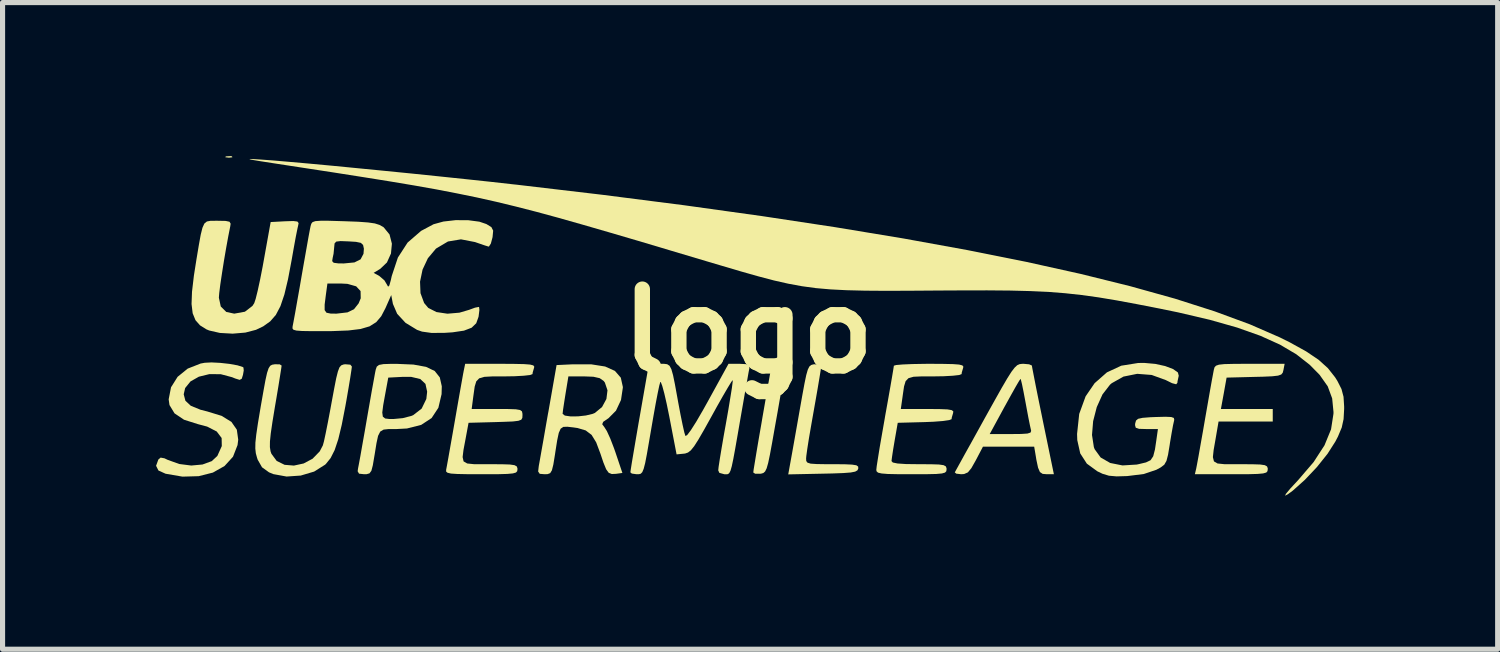
<source format=kicad_pcb>
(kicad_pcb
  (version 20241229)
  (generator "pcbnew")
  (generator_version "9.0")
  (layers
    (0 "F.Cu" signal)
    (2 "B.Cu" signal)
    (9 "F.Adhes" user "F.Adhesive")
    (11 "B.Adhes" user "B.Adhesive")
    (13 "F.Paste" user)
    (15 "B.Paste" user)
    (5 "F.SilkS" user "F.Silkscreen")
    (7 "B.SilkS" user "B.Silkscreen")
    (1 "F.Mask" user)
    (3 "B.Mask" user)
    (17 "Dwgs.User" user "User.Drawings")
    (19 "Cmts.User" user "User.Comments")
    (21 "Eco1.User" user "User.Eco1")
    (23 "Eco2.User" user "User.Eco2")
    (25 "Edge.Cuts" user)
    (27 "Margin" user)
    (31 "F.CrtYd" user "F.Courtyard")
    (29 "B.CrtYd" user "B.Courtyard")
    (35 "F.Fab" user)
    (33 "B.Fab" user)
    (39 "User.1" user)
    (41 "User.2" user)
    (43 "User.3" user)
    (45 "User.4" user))
  (footprint "logo"
    (layer "F.Cu")
    (at 11.573 3.422)
    (property "Reference" "logo" (at 0 0 0) (layer "F.SilkS") (effects (font (size 1.5 1.5) (thickness 0.3))))
    (attr board_only exclude_from_pos_files exclude_from_bom)
    (fp_poly (pts (xy -10.089 -3.416) (xy -10.083 -3.398) (xy -10.15 -3.391) (xy -10.22 -3.399) (xy -10.211 -3.416) (xy -10.111 -3.422)) (stroke (width 0) (type solid)) (fill yes) (layer "F.SilkS"))
    (fp_poly (pts (xy 0.694 0.646) (xy 0.723 0.691) (xy 0.71 0.797) (xy 0.693 0.895) (xy 0.661 1.072) (xy 0.619 1.308) (xy 0.571 1.584) (xy 0.521 1.863) (xy 0.465 2.18) (xy 0.422 2.413) (xy 0.388 2.575) (xy 0.358 2.68) (xy 0.328 2.741) (xy 0.294 2.771) (xy 0.253 2.783) (xy 0.23 2.786) (xy 0.133 2.785) (xy 0.097 2.761) (xy 0.104 2.703) (xy 0.127 2.563) (xy 0.161 2.356) (xy 0.205 2.096) (xy 0.257 1.798) (xy 0.277 1.679) (xy 0.459 0.637) (xy 0.6 0.637)) (stroke (width 0) (type solid)) (fill yes) (layer "F.SilkS"))
    (fp_poly (pts (xy 1.395 0.655) (xy 1.422 0.695) (xy 1.414 0.763) (xy 1.39 0.91) (xy 1.355 1.119) (xy 1.311 1.371) (xy 1.276 1.569) (xy 1.227 1.847) (xy 1.184 2.097) (xy 1.152 2.301) (xy 1.133 2.44) (xy 1.129 2.489) (xy 1.132 2.537) (xy 1.156 2.569) (xy 1.218 2.588) (xy 1.334 2.596) (xy 1.523 2.599) (xy 1.646 2.599) (xy 1.877 2.6) (xy 2.027 2.607) (xy 2.111 2.62) (xy 2.146 2.645) (xy 2.149 2.682) (xy 2.148 2.685) (xy 2.132 2.719) (xy 2.088 2.744) (xy 2.001 2.761) (xy 1.857 2.772) (xy 1.639 2.78) (xy 1.456 2.784) (xy 0.78 2.798) (xy 0.809 2.637) (xy 0.827 2.538) (xy 0.859 2.361) (xy 0.901 2.125) (xy 0.95 1.848) (xy 0.999 1.569) (xy 1.055 1.253) (xy 1.098 1.02) (xy 1.132 0.857) (xy 1.162 0.752) (xy 1.192 0.691) (xy 1.226 0.661) (xy 1.267 0.649) (xy 1.29 0.646)) (stroke (width 0) (type solid)) (fill yes) (layer "F.SilkS"))
    (fp_poly (pts (xy 10.457 0.758) (xy 10.443 0.811) (xy 10.414 0.846) (xy 10.352 0.868) (xy 10.239 0.881) (xy 10.058 0.889) (xy 9.89 0.893) (xy 9.346 0.907) (xy 9.291 1.214) (xy 9.235 1.52) (xy 9.742 1.52) (xy 10.248 1.52) (xy 10.248 1.643) (xy 10.248 1.765) (xy 9.719 1.765) (xy 9.189 1.765) (xy 9.13 2.109) (xy 9.093 2.321) (xy 9.078 2.461) (xy 9.099 2.544) (xy 9.169 2.585) (xy 9.305 2.599) (xy 9.519 2.599) (xy 9.611 2.599) (xy 9.847 2.6) (xy 10.002 2.605) (xy 10.093 2.618) (xy 10.136 2.642) (xy 10.15 2.678) (xy 10.15 2.697) (xy 10.145 2.735) (xy 10.121 2.762) (xy 10.061 2.779) (xy 9.953 2.789) (xy 9.78 2.794) (xy 9.528 2.795) (xy 9.438 2.795) (xy 8.726 2.795) (xy 8.752 2.685) (xy 8.768 2.602) (xy 8.798 2.44) (xy 8.837 2.218) (xy 8.884 1.954) (xy 8.925 1.716) (xy 8.975 1.43) (xy 9.02 1.172) (xy 9.058 0.959) (xy 9.086 0.81) (xy 9.098 0.748) (xy 9.111 0.704) (xy 9.139 0.674) (xy 9.197 0.654) (xy 9.301 0.643) (xy 9.467 0.639) (xy 9.711 0.637) (xy 9.801 0.637) (xy 10.48 0.637)) (stroke (width 0) (type solid)) (fill yes) (layer "F.SilkS"))
    (fp_poly (pts (xy -10.318 0.619) (xy -10.138 0.639) (xy -9.982 0.667) (xy -9.881 0.699) (xy -9.866 0.709) (xy -9.86 0.768) (xy -9.875 0.853) (xy -9.899 0.929) (xy -9.94 0.951) (xy -10.027 0.924) (xy -10.088 0.899) (xy -10.31 0.84) (xy -10.533 0.839) (xy -10.737 0.889) (xy -10.901 0.982) (xy -11.005 1.111) (xy -11.033 1.233) (xy -11 1.359) (xy -10.895 1.457) (xy -10.707 1.534) (xy -10.574 1.568) (xy -10.293 1.654) (xy -10.101 1.772) (xy -9.995 1.925) (xy -9.968 2.12) (xy -9.981 2.225) (xy -10.07 2.453) (xy -10.235 2.634) (xy -10.463 2.763) (xy -10.741 2.833) (xy -11.057 2.842) (xy -11.388 2.785) (xy -11.527 2.722) (xy -11.573 2.63) (xy -11.529 2.508) (xy -11.484 2.47) (xy -11.409 2.484) (xy -11.346 2.514) (xy -11.121 2.595) (xy -10.886 2.625) (xy -10.666 2.605) (xy -10.485 2.539) (xy -10.376 2.438) (xy -10.289 2.245) (xy -10.292 2.087) (xy -10.388 1.96) (xy -10.575 1.864) (xy -10.756 1.816) (xy -11.027 1.73) (xy -11.213 1.605) (xy -11.311 1.443) (xy -11.327 1.332) (xy -11.281 1.096) (xy -11.152 0.891) (xy -10.955 0.731) (xy -10.703 0.632) (xy -10.623 0.617) (xy -10.49 0.61)) (stroke (width 0) (type solid)) (fill yes) (layer "F.SilkS"))
    (fp_poly (pts (xy -10.367 -2.158) (xy -10.214 -2.155) (xy -10.138 -2.139) (xy -10.116 -2.101) (xy -10.124 -2.047) (xy -10.161 -1.861) (xy -10.203 -1.631) (xy -10.246 -1.38) (xy -10.285 -1.133) (xy -10.318 -0.913) (xy -10.339 -0.744) (xy -10.346 -0.655) (xy -10.309 -0.483) (xy -10.201 -0.376) (xy -10.045 -0.343) (xy -9.837 -0.381) (xy -9.69 -0.494) (xy -9.655 -0.548) (xy -9.627 -0.632) (xy -9.587 -0.793) (xy -9.54 -1.01) (xy -9.49 -1.265) (xy -9.467 -1.393) (xy -9.334 -2.133) (xy -9.052 -2.148) (xy -8.893 -2.153) (xy -8.812 -2.143) (xy -8.788 -2.113) (xy -8.795 -2.074) (xy -8.813 -1.993) (xy -8.844 -1.838) (xy -8.882 -1.63) (xy -8.923 -1.397) (xy -8.995 -1.015) (xy -9.066 -0.717) (xy -9.143 -0.489) (xy -9.233 -0.318) (xy -9.343 -0.192) (xy -9.479 -0.095) (xy -9.621 -0.027) (xy -9.828 0.027) (xy -10.076 0.048) (xy -10.326 0.034) (xy -10.536 -0.014) (xy -10.591 -0.037) (xy -10.715 -0.115) (xy -10.803 -0.215) (xy -10.858 -0.35) (xy -10.88 -0.531) (xy -10.871 -0.772) (xy -10.834 -1.086) (xy -10.786 -1.392) (xy -10.738 -1.68) (xy -10.701 -1.885) (xy -10.667 -2.021) (xy -10.63 -2.103) (xy -10.58 -2.144) (xy -10.512 -2.157) (xy -10.417 -2.158)) (stroke (width 0) (type solid)) (fill yes) (layer "F.SilkS"))
    (fp_poly (pts (xy -6.544 0.652) (xy -6.297 0.697) (xy -6.128 0.778) (xy -6.029 0.903) (xy -5.99 1.076) (xy -5.994 1.23) (xy -6.057 1.497) (xy -6.189 1.697) (xy -6.393 1.831) (xy -6.67 1.901) (xy -6.874 1.912) (xy -7.027 1.912) (xy -7.128 1.923) (xy -7.193 1.962) (xy -7.235 2.045) (xy -7.266 2.188) (xy -7.302 2.41) (xy -7.307 2.439) (xy -7.338 2.622) (xy -7.366 2.728) (xy -7.403 2.778) (xy -7.46 2.794) (xy -7.508 2.795) (xy -7.607 2.784) (xy -7.634 2.737) (xy -7.627 2.685) (xy -7.611 2.602) (xy -7.581 2.44) (xy -7.542 2.218) (xy -7.495 1.954) (xy -7.454 1.716) (xy -7.432 1.589) (xy -7.153 1.589) (xy -7.142 1.67) (xy -7.096 1.706) (xy -7.011 1.716) (xy -6.934 1.716) (xy -6.754 1.699) (xy -6.586 1.656) (xy -6.548 1.64) (xy -6.383 1.512) (xy -6.292 1.324) (xy -6.276 1.182) (xy -6.309 1.03) (xy -6.41 0.935) (xy -6.586 0.893) (xy -6.749 0.892) (xy -7.036 0.907) (xy -7.095 1.226) (xy -7.135 1.447) (xy -7.153 1.589) (xy -7.432 1.589) (xy -7.404 1.43) (xy -7.359 1.172) (xy -7.32 0.959) (xy -7.293 0.81) (xy -7.28 0.748) (xy -7.26 0.692) (xy -7.217 0.659) (xy -7.13 0.643) (xy -6.976 0.638) (xy -6.876 0.638)) (stroke (width 0) (type solid)) (fill yes) (layer "F.SilkS"))
    (fp_poly (pts (xy 5.487 0.647) (xy 5.54 0.67) (xy 5.541 0.674) (xy 5.551 0.731) (xy 5.578 0.87) (xy 5.618 1.075) (xy 5.67 1.333) (xy 5.731 1.63) (xy 5.756 1.753) (xy 5.971 2.795) (xy 5.833 2.795) (xy 5.751 2.788) (xy 5.698 2.752) (xy 5.662 2.668) (xy 5.629 2.514) (xy 5.617 2.439) (xy 5.586 2.256) (xy 5.085 2.256) (xy 4.585 2.256) (xy 4.444 2.525) (xy 4.358 2.677) (xy 4.29 2.759) (xy 4.217 2.791) (xy 4.159 2.795) (xy 4.064 2.784) (xy 4.034 2.759) (xy 4.035 2.758) (xy 4.063 2.707) (xy 4.132 2.582) (xy 4.235 2.395) (xy 4.366 2.16) (xy 4.449 2.01) (xy 4.717 2.01) (xy 5.132 2.01) (xy 5.334 2.008) (xy 5.455 2) (xy 5.514 1.981) (xy 5.527 1.948) (xy 5.522 1.925) (xy 5.503 1.84) (xy 5.472 1.686) (xy 5.435 1.488) (xy 5.416 1.385) (xy 5.379 1.189) (xy 5.348 1.036) (xy 5.326 0.946) (xy 5.319 0.932) (xy 5.291 0.972) (xy 5.226 1.083) (xy 5.134 1.247) (xy 5.023 1.448) (xy 5.01 1.471) (xy 4.717 2.01) (xy 4.449 2.01) (xy 4.517 1.887) (xy 4.632 1.679) (xy 4.813 1.354) (xy 4.953 1.105) (xy 5.06 0.922) (xy 5.141 0.794) (xy 5.204 0.712) (xy 5.254 0.665) (xy 5.3 0.644) (xy 5.349 0.638) (xy 5.376 0.637)) (stroke (width 0) (type solid)) (fill yes) (layer "F.SilkS"))
    (fp_poly (pts (xy -7.777 0.654) (xy -7.747 0.691) (xy -7.756 0.759) (xy -7.778 0.904) (xy -7.812 1.109) (xy -7.854 1.353) (xy -7.874 1.464) (xy -7.945 1.83) (xy -8.013 2.112) (xy -8.084 2.324) (xy -8.163 2.48) (xy -8.254 2.593) (xy -8.271 2.609) (xy -8.484 2.743) (xy -8.746 2.821) (xy -9.023 2.84) (xy -9.281 2.793) (xy -9.366 2.758) (xy -9.503 2.659) (xy -9.588 2.51) (xy -9.601 2.47) (xy -9.624 2.385) (xy -9.634 2.293) (xy -9.632 2.176) (xy -9.615 2.018) (xy -9.583 1.801) (xy -9.534 1.507) (xy -9.527 1.465) (xy -9.475 1.17) (xy -9.436 0.957) (xy -9.404 0.813) (xy -9.374 0.724) (xy -9.343 0.676) (xy -9.305 0.655) (xy -9.256 0.647) (xy -9.254 0.646) (xy -9.157 0.648) (xy -9.12 0.671) (xy -9.128 0.731) (xy -9.15 0.87) (xy -9.182 1.071) (xy -9.223 1.316) (xy -9.251 1.479) (xy -9.3 1.778) (xy -9.332 1.998) (xy -9.348 2.155) (xy -9.349 2.266) (xy -9.336 2.348) (xy -9.319 2.396) (xy -9.216 2.535) (xy -9.062 2.611) (xy -8.88 2.626) (xy -8.69 2.585) (xy -8.515 2.492) (xy -8.375 2.348) (xy -8.314 2.231) (xy -8.292 2.15) (xy -8.258 1.992) (xy -8.215 1.776) (xy -8.167 1.523) (xy -8.144 1.397) (xy -8.092 1.117) (xy -8.053 0.918) (xy -8.02 0.787) (xy -7.99 0.708) (xy -7.956 0.668) (xy -7.913 0.651) (xy -7.879 0.646)) (stroke (width 0) (type solid)) (fill yes) (layer "F.SilkS"))
    (fp_poly (pts (xy 7.952 0.639) (xy 8.145 0.681) (xy 8.299 0.739) (xy 8.394 0.806) (xy 8.411 0.87) (xy 8.387 0.98) (xy 8.385 1.008) (xy 8.361 1.037) (xy 8.281 1.016) (xy 8.157 0.955) (xy 7.882 0.855) (xy 7.599 0.833) (xy 7.331 0.887) (xy 7.102 1.016) (xy 7.068 1.045) (xy 6.921 1.235) (xy 6.809 1.483) (xy 6.738 1.758) (xy 6.716 2.028) (xy 6.752 2.264) (xy 6.767 2.305) (xy 6.885 2.468) (xy 7.071 2.575) (xy 7.312 2.623) (xy 7.59 2.606) (xy 7.628 2.598) (xy 7.771 2.564) (xy 7.86 2.521) (xy 7.912 2.444) (xy 7.946 2.312) (xy 7.971 2.145) (xy 8.004 1.912) (xy 7.774 1.912) (xy 7.635 1.908) (xy 7.571 1.886) (xy 7.557 1.836) (xy 7.56 1.802) (xy 7.576 1.746) (xy 7.617 1.712) (xy 7.704 1.693) (xy 7.858 1.681) (xy 7.96 1.677) (xy 8.152 1.672) (xy 8.264 1.677) (xy 8.315 1.695) (xy 8.323 1.73) (xy 8.319 1.751) (xy 8.299 1.84) (xy 8.271 1.995) (xy 8.239 2.186) (xy 8.234 2.221) (xy 8.202 2.414) (xy 8.171 2.534) (xy 8.128 2.609) (xy 8.058 2.662) (xy 7.973 2.708) (xy 7.727 2.791) (xy 7.404 2.831) (xy 7.196 2.837) (xy 7.047 2.824) (xy 6.921 2.786) (xy 6.819 2.737) (xy 6.615 2.588) (xy 6.486 2.388) (xy 6.428 2.128) (xy 6.424 2.008) (xy 6.466 1.616) (xy 6.591 1.273) (xy 6.767 1.016) (xy 7.008 0.804) (xy 7.288 0.674) (xy 7.619 0.621) (xy 7.74 0.62)) (stroke (width 0) (type solid)) (fill yes) (layer "F.SilkS"))
    (fp_poly (pts (xy -4.572 0.639) (xy -4.383 0.643) (xy -4.265 0.652) (xy -4.202 0.668) (xy -4.183 0.693) (xy -4.187 0.715) (xy -4.214 0.808) (xy -4.217 0.838) (xy -4.263 0.856) (xy -4.387 0.87) (xy -4.569 0.88) (xy -4.751 0.883) (xy -4.995 0.883) (xy -5.158 0.892) (xy -5.259 0.921) (xy -5.316 0.98) (xy -5.347 1.082) (xy -5.369 1.238) (xy -5.374 1.274) (xy -5.406 1.52) (xy -4.91 1.52) (xy -4.686 1.521) (xy -4.542 1.526) (xy -4.46 1.54) (xy -4.423 1.567) (xy -4.414 1.611) (xy -4.413 1.641) (xy -4.416 1.694) (xy -4.437 1.73) (xy -4.494 1.751) (xy -4.602 1.764) (xy -4.78 1.771) (xy -4.94 1.776) (xy -5.467 1.79) (xy -5.526 2.108) (xy -5.566 2.32) (xy -5.583 2.46) (xy -5.564 2.544) (xy -5.493 2.585) (xy -5.357 2.599) (xy -5.143 2.599) (xy -5.051 2.599) (xy -4.815 2.6) (xy -4.66 2.605) (xy -4.569 2.618) (xy -4.525 2.642) (xy -4.512 2.678) (xy -4.511 2.697) (xy -4.516 2.735) (xy -4.541 2.762) (xy -4.601 2.779) (xy -4.71 2.789) (xy -4.883 2.794) (xy -5.136 2.795) (xy -5.218 2.795) (xy -5.494 2.794) (xy -5.687 2.79) (xy -5.81 2.782) (xy -5.878 2.766) (xy -5.905 2.743) (xy -5.905 2.709) (xy -5.905 2.709) (xy -5.891 2.635) (xy -5.863 2.481) (xy -5.825 2.265) (xy -5.779 2.005) (xy -5.737 1.765) (xy -5.687 1.477) (xy -5.641 1.215) (xy -5.602 0.996) (xy -5.574 0.84) (xy -5.561 0.772) (xy -5.533 0.637) (xy -4.845 0.637)) (stroke (width 0) (type solid)) (fill yes) (layer "F.SilkS"))
    (fp_poly (pts (xy -3.072 0.647) (xy -2.798 0.69) (xy -2.607 0.776) (xy -2.492 0.908) (xy -2.452 1.088) (xy -2.452 1.103) (xy -2.488 1.344) (xy -2.586 1.553) (xy -2.733 1.701) (xy -2.741 1.706) (xy -2.836 1.771) (xy -2.855 1.818) (xy -2.814 1.873) (xy -2.764 1.952) (xy -2.697 2.099) (xy -2.625 2.286) (xy -2.599 2.36) (xy -2.461 2.77) (xy -2.585 2.787) (xy -2.668 2.791) (xy -2.728 2.767) (xy -2.778 2.698) (xy -2.832 2.566) (xy -2.889 2.396) (xy -2.973 2.172) (xy -3.063 2.026) (xy -3.178 1.939) (xy -3.337 1.892) (xy -3.42 1.88) (xy -3.536 1.867) (xy -3.615 1.87) (xy -3.667 1.905) (xy -3.704 1.987) (xy -3.735 2.132) (xy -3.77 2.354) (xy -3.779 2.415) (xy -3.81 2.605) (xy -3.838 2.718) (xy -3.872 2.774) (xy -3.923 2.793) (xy -3.981 2.795) (xy -4.076 2.787) (xy -4.107 2.742) (xy -4.095 2.636) (xy -4.077 2.537) (xy -4.046 2.361) (xy -4.004 2.125) (xy -3.956 1.848) (xy -3.915 1.615) (xy -3.629 1.615) (xy -3.585 1.649) (xy -3.475 1.665) (xy -3.328 1.664) (xy -3.174 1.647) (xy -3.041 1.615) (xy -2.998 1.597) (xy -2.858 1.481) (xy -2.773 1.324) (xy -2.752 1.155) (xy -2.803 1.004) (xy -2.827 0.972) (xy -2.904 0.918) (xy -3.027 0.89) (xy -3.212 0.883) (xy -3.516 0.883) (xy -3.572 1.223) (xy -3.6 1.4) (xy -3.621 1.54) (xy -3.629 1.614) (xy -3.629 1.615) (xy -3.915 1.615) (xy -3.906 1.569) (xy -3.747 0.662) (xy -3.43 0.647)) (stroke (width 0) (type solid)) (fill yes) (layer "F.SilkS"))
    (fp_poly (pts (xy 3.81 0.639) (xy 4 0.643) (xy 4.119 0.652) (xy 4.182 0.668) (xy 4.202 0.692) (xy 4.198 0.715) (xy 4.171 0.808) (xy 4.168 0.838) (xy 4.122 0.856) (xy 3.998 0.87) (xy 3.816 0.88) (xy 3.632 0.883) (xy 3.391 0.883) (xy 3.229 0.89) (xy 3.13 0.918) (xy 3.074 0.976) (xy 3.043 1.079) (xy 3.02 1.236) (xy 3.013 1.287) (xy 2.98 1.52) (xy 3.506 1.52) (xy 3.739 1.522) (xy 3.89 1.528) (xy 3.973 1.542) (xy 4.005 1.565) (xy 4.002 1.598) (xy 3.975 1.69) (xy 3.972 1.719) (xy 3.926 1.737) (xy 3.802 1.755) (xy 3.621 1.769) (xy 3.446 1.776) (xy 2.92 1.79) (xy 2.86 2.133) (xy 2.83 2.312) (xy 2.808 2.457) (xy 2.798 2.536) (xy 2.798 2.538) (xy 2.824 2.566) (xy 2.915 2.585) (xy 3.08 2.596) (xy 3.332 2.599) (xy 3.334 2.599) (xy 3.57 2.6) (xy 3.725 2.605) (xy 3.816 2.618) (xy 3.86 2.642) (xy 3.873 2.678) (xy 3.874 2.697) (xy 3.869 2.736) (xy 3.843 2.763) (xy 3.783 2.78) (xy 3.672 2.79) (xy 3.495 2.794) (xy 3.238 2.795) (xy 3.187 2.795) (xy 2.914 2.794) (xy 2.725 2.79) (xy 2.603 2.78) (xy 2.535 2.764) (xy 2.506 2.738) (xy 2.501 2.709) (xy 2.509 2.636) (xy 2.533 2.483) (xy 2.568 2.265) (xy 2.614 2.001) (xy 2.666 1.704) (xy 2.672 1.667) (xy 2.725 1.372) (xy 2.771 1.111) (xy 2.808 0.897) (xy 2.833 0.748) (xy 2.844 0.677) (xy 2.844 0.674) (xy 2.89 0.661) (xy 3.017 0.65) (xy 3.207 0.642) (xy 3.442 0.638) (xy 3.536 0.637)) (stroke (width 0) (type solid)) (fill yes) (layer "F.SilkS"))
    (fp_poly (pts (xy -1.586 0.645) (xy -1.54 0.675) (xy -1.504 0.742) (xy -1.471 0.858) (xy -1.434 1.039) (xy -1.387 1.297) (xy -1.369 1.397) (xy -1.325 1.63) (xy -1.284 1.831) (xy -1.251 1.977) (xy -1.229 2.048) (xy -1.229 2.048) (xy -1.195 2.03) (xy -1.122 1.933) (xy -1.016 1.766) (xy -0.883 1.537) (xy -0.792 1.374) (xy -0.387 0.637) (xy -0.173 0.637) (xy -0.04 0.644) (xy 0.017 0.67) (xy 0.021 0.723) (xy 0.006 0.798) (xy -0.021 0.952) (xy -0.06 1.167) (xy -0.105 1.427) (xy -0.147 1.667) (xy -0.209 2.026) (xy -0.257 2.3) (xy -0.294 2.5) (xy -0.323 2.637) (xy -0.348 2.725) (xy -0.372 2.772) (xy -0.398 2.793) (xy -0.43 2.796) (xy -0.47 2.795) (xy -0.566 2.768) (xy -0.588 2.719) (xy -0.58 2.647) (xy -0.557 2.496) (xy -0.522 2.284) (xy -0.478 2.028) (xy -0.438 1.806) (xy -0.39 1.533) (xy -0.351 1.295) (xy -0.321 1.109) (xy -0.306 0.99) (xy -0.304 0.955) (xy -0.332 0.99) (xy -0.398 1.098) (xy -0.495 1.264) (xy -0.615 1.476) (xy -0.716 1.659) (xy -0.864 1.925) (xy -0.975 2.117) (xy -1.058 2.247) (xy -1.123 2.328) (xy -1.179 2.371) (xy -1.234 2.39) (xy -1.257 2.393) (xy -1.402 2.407) (xy -1.544 1.669) (xy -1.595 1.42) (xy -1.642 1.215) (xy -1.682 1.068) (xy -1.71 0.995) (xy -1.72 0.992) (xy -1.739 1.06) (xy -1.77 1.206) (xy -1.81 1.414) (xy -1.855 1.665) (xy -1.885 1.839) (xy -1.941 2.165) (xy -1.983 2.407) (xy -2.016 2.578) (xy -2.045 2.689) (xy -2.072 2.754) (xy -2.102 2.785) (xy -2.139 2.795) (xy -2.185 2.795) (xy -2.276 2.782) (xy -2.305 2.758) (xy -2.297 2.701) (xy -2.275 2.562) (xy -2.24 2.355) (xy -2.196 2.096) (xy -2.145 1.798) (xy -2.124 1.679) (xy -1.942 0.637) (xy -1.735 0.637) (xy -1.649 0.637)) (stroke (width 0) (type solid)) (fill yes) (layer "F.SilkS"))
    (fp_poly (pts (xy -9.632 -3.361) (xy -9.537 -3.355) (xy -9.293 -3.337) (xy -8.966 -3.309) (xy -8.569 -3.274) (xy -8.117 -3.232) (xy -7.624 -3.184) (xy -7.103 -3.133) (xy -6.57 -3.08) (xy -6.037 -3.025) (xy -5.52 -2.971) (xy -5.032 -2.919) (xy -4.587 -2.869) (xy -4.536 -2.864) (xy -2.847 -2.665) (xy -1.245 -2.46) (xy 0.269 -2.249) (xy 1.695 -2.033) (xy 3.031 -1.812) (xy 4.276 -1.586) (xy 5.431 -1.355) (xy 6.492 -1.12) (xy 7.461 -0.88) (xy 8.336 -0.636) (xy 9.115 -0.387) (xy 9.799 -0.135) (xy 10.386 0.121) (xy 10.583 0.219) (xy 10.901 0.395) (xy 11.143 0.558) (xy 11.325 0.722) (xy 11.467 0.902) (xy 11.511 0.972) (xy 11.591 1.13) (xy 11.631 1.281) (xy 11.643 1.473) (xy 11.643 1.52) (xy 11.632 1.718) (xy 11.596 1.882) (xy 11.522 2.059) (xy 11.471 2.157) (xy 11.319 2.395) (xy 11.111 2.655) (xy 10.875 2.905) (xy 10.64 3.115) (xy 10.542 3.187) (xy 10.489 3.215) (xy 10.505 3.178) (xy 10.591 3.075) (xy 10.744 2.91) (xy 11.046 2.558) (xy 11.259 2.23) (xy 11.387 1.918) (xy 11.434 1.615) (xy 11.435 1.58) (xy 11.409 1.313) (xy 11.322 1.077) (xy 11.163 0.852) (xy 10.971 0.657) (xy 10.708 0.451) (xy 10.39 0.263) (xy 10.007 0.09) (xy 9.553 -0.071) (xy 9.021 -0.222) (xy 8.402 -0.367) (xy 8.043 -0.441) (xy 7.592 -0.529) (xy 7.198 -0.602) (xy 6.844 -0.661) (xy 6.514 -0.707) (xy 6.192 -0.742) (xy 5.862 -0.768) (xy 5.509 -0.784) (xy 5.117 -0.794) (xy 4.668 -0.798) (xy 4.149 -0.797) (xy 3.751 -0.795) (xy 3.181 -0.791) (xy 2.694 -0.789) (xy 2.279 -0.792) (xy 1.92 -0.801) (xy 1.605 -0.817) (xy 1.319 -0.842) (xy 1.049 -0.879) (xy 0.782 -0.928) (xy 0.503 -0.991) (xy 0.199 -1.071) (xy -0.144 -1.168) (xy -0.54 -1.285) (xy -0.78 -1.356) (xy -1.511 -1.574) (xy -2.158 -1.767) (xy -2.734 -1.936) (xy -3.249 -2.085) (xy -3.715 -2.217) (xy -4.142 -2.333) (xy -4.543 -2.436) (xy -4.927 -2.529) (xy -5.307 -2.614) (xy -5.693 -2.693) (xy -6.097 -2.771) (xy -6.53 -2.848) (xy -7.002 -2.927) (xy -7.526 -3.011) (xy -8.112 -3.103) (xy -8.771 -3.204) (xy -9.292 -3.284) (xy -9.536 -3.322) (xy -9.687 -3.347) (xy -9.75 -3.361) (xy -9.73 -3.366)) (stroke (width 0) (type solid)) (fill yes) (layer "F.SilkS"))
    (fp_poly (pts (xy -5.474 -2.169) (xy -5.255 -2.14) (xy -5.119 -2.094) (xy -5.021 -2.034) (xy -4.986 -1.965) (xy -4.997 -1.847) (xy -5 -1.829) (xy -5.031 -1.713) (xy -5.068 -1.655) (xy -5.078 -1.654) (xy -5.149 -1.676) (xy -5.275 -1.719) (xy -5.341 -1.742) (xy -5.615 -1.795) (xy -5.869 -1.753) (xy -6.097 -1.618) (xy -6.106 -1.611) (xy -6.262 -1.425) (xy -6.366 -1.203) (xy -6.415 -0.968) (xy -6.406 -0.743) (xy -6.335 -0.551) (xy -6.254 -0.455) (xy -6.094 -0.374) (xy -5.88 -0.342) (xy -5.645 -0.362) (xy -5.458 -0.417) (xy -5.341 -0.46) (xy -5.268 -0.474) (xy -5.261 -0.471) (xy -5.255 -0.415) (xy -5.269 -0.302) (xy -5.272 -0.281) (xy -5.317 -0.155) (xy -5.407 -0.068) (xy -5.556 -0.011) (xy -5.779 0.022) (xy -5.933 0.032) (xy -6.189 0.034) (xy -6.376 0.008) (xy -6.473 -0.026) (xy -6.699 -0.164) (xy -6.862 -0.34) (xy -6.945 -0.533) (xy -6.978 -0.706) (xy -7.091 -0.45) (xy -7.173 -0.293) (xy -7.271 -0.177) (xy -7.401 -0.095) (xy -7.578 -0.043) (xy -7.816 -0.014) (xy -8.131 -0.002) (xy -8.276 -0.001) (xy -8.538 -0.001) (xy -8.718 -0.004) (xy -8.83 -0.012) (xy -8.888 -0.028) (xy -8.908 -0.055) (xy -8.905 -0.095) (xy -8.902 -0.11) (xy -8.886 -0.193) (xy -8.856 -0.355) (xy -8.827 -0.52) (xy -8.279 -0.52) (xy -8.279 -0.412) (xy -8.243 -0.361) (xy -8.159 -0.344) (xy -8.047 -0.343) (xy -7.832 -0.368) (xy -7.706 -0.429) (xy -7.615 -0.544) (xy -7.574 -0.643) (xy -7.577 -0.784) (xy -7.663 -0.877) (xy -7.833 -0.925) (xy -7.965 -0.932) (xy -8.225 -0.932) (xy -8.256 -0.704) (xy -8.279 -0.52) (xy -8.827 -0.52) (xy -8.817 -0.577) (xy -8.77 -0.841) (xy -8.729 -1.079) (xy -8.679 -1.365) (xy -8.678 -1.369) (xy -8.132 -1.369) (xy -8.102 -1.337) (xy -8.01 -1.325) (xy -7.904 -1.324) (xy -7.697 -1.344) (xy -7.577 -1.404) (xy -7.52 -1.512) (xy -7.512 -1.612) (xy -7.528 -1.685) (xy -7.571 -1.726) (xy -7.666 -1.746) (xy -7.809 -1.755) (xy -7.968 -1.761) (xy -8.052 -1.751) (xy -8.085 -1.716) (xy -8.091 -1.657) (xy -8.105 -1.513) (xy -8.122 -1.434) (xy -8.132 -1.369) (xy -8.678 -1.369) (xy -8.633 -1.624) (xy -8.595 -1.839) (xy -8.567 -1.989) (xy -8.554 -2.053) (xy -8.54 -2.1) (xy -8.515 -2.132) (xy -8.46 -2.151) (xy -8.36 -2.158) (xy -8.199 -2.158) (xy -7.96 -2.151) (xy -7.893 -2.149) (xy -7.623 -2.139) (xy -7.431 -2.125) (xy -7.299 -2.106) (xy -7.207 -2.077) (xy -7.135 -2.037) (xy -7.124 -2.028) (xy -7.011 -1.89) (xy -6.965 -1.71) (xy -6.983 -1.518) (xy -7.062 -1.343) (xy -7.193 -1.218) (xy -7.322 -1.14) (xy -7.213 -1.081) (xy -7.111 -0.993) (xy -7.065 -0.916) (xy -7.039 -0.87) (xy -7.015 -0.893) (xy -6.986 -0.997) (xy -6.968 -1.078) (xy -6.848 -1.439) (xy -6.658 -1.732) (xy -6.395 -1.96) (xy -6.151 -2.09) (xy -5.958 -2.143) (xy -5.72 -2.17)) (stroke (width 0) (type solid)) (fill yes) (layer "F.SilkS")))
  (gr_rect
    (start -3 -3)
    (end 26.216 9.637)
    (stroke (width 0.1) (type default))
    (fill no)
    (layer "Edge.Cuts")))
</source>
